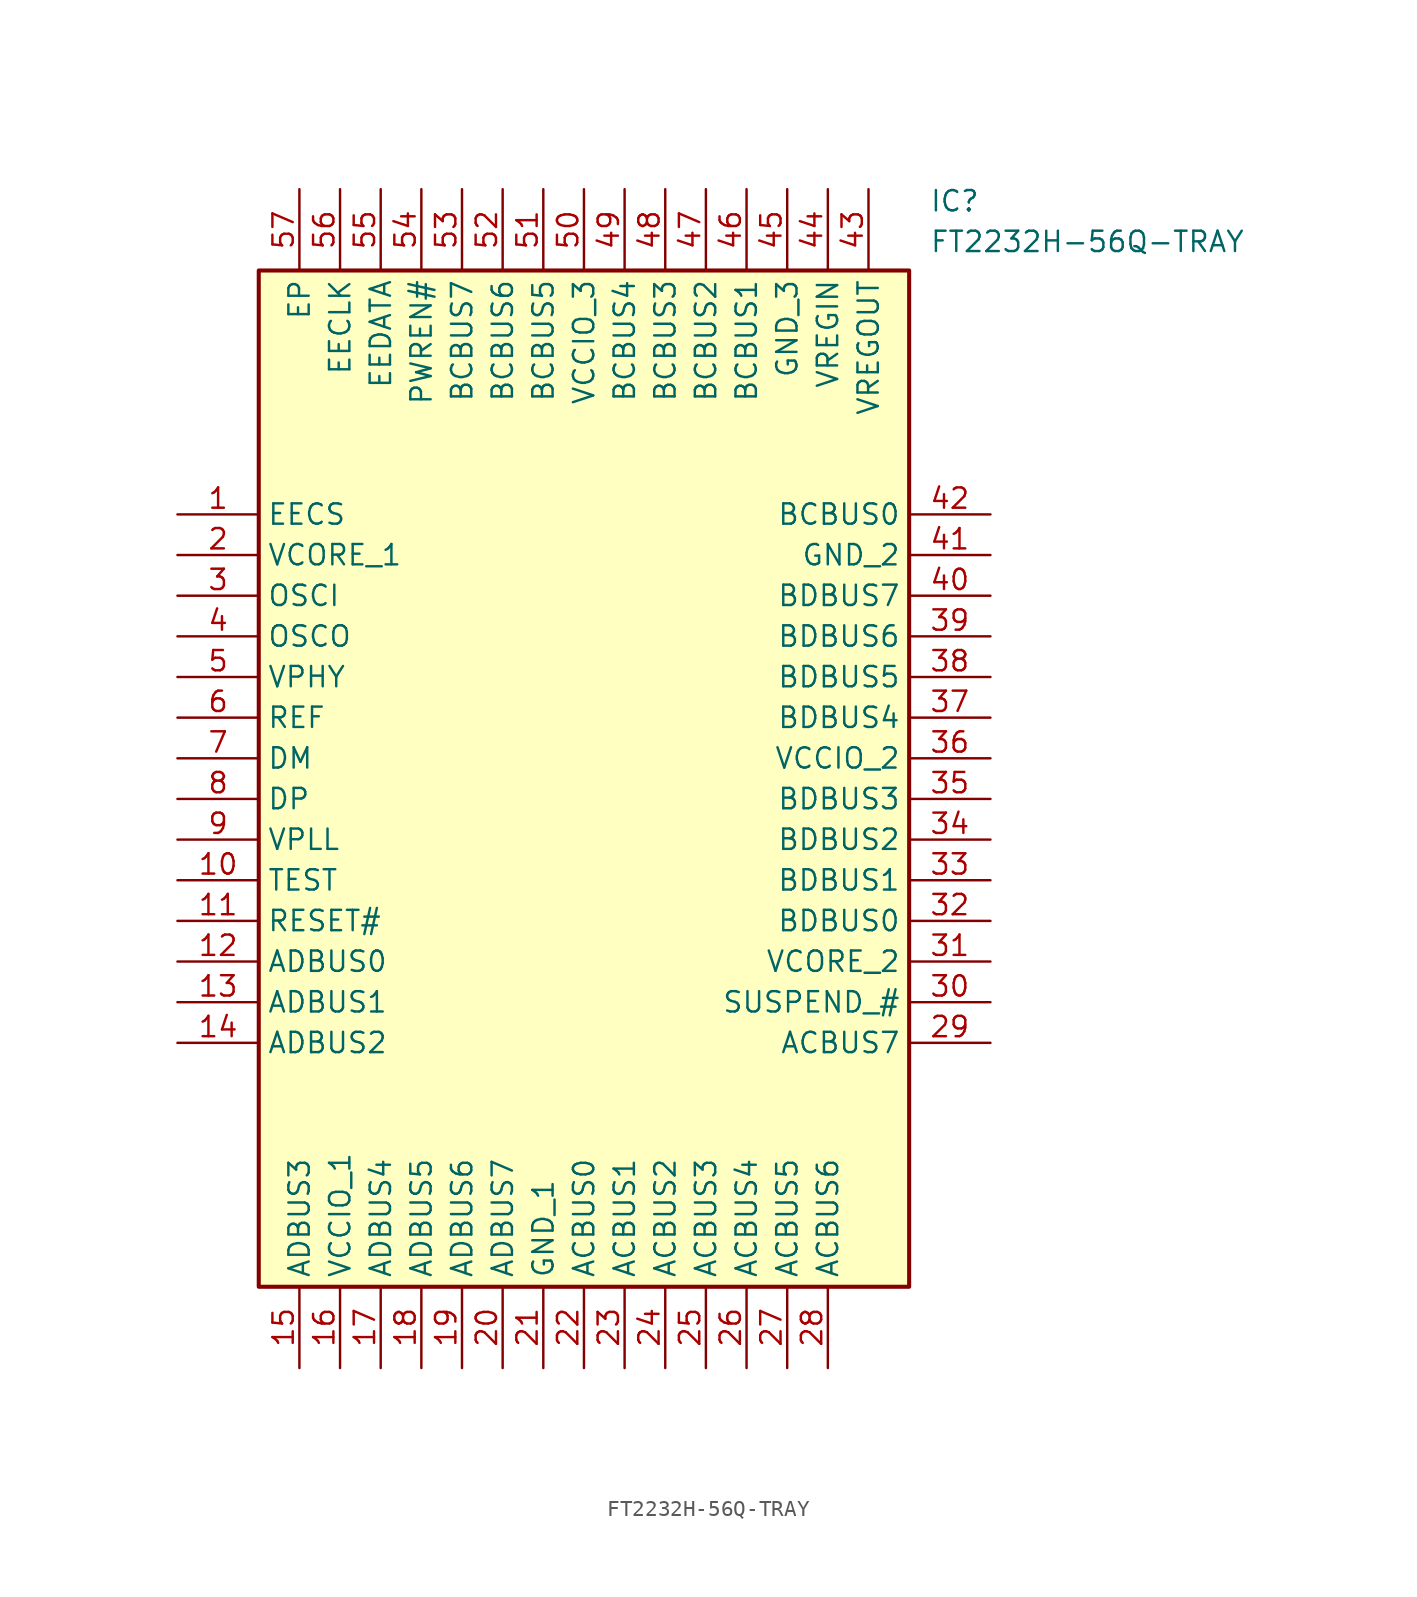
<source format=kicad_sym>
(kicad_symbol_lib
  (version 20211014)
  (generator SamacSys_ECAD_Model)
  (symbol "FT2232H-56Q-TRAY"
    (property "Reference" "IC"
      (at 46.99 20.32 0)
      (effects (font (size 1.27 1.27)) (justify left top)))
    (property "Value" "FT2232H-56Q-TRAY"
      (at 46.99 17.78 0)
      (effects (font (size 1.27 1.27)) (justify left top)))
    (rectangle
      (start 5.08 15.24)
      (end 45.72 -48.26)
      (stroke (width 0.254) (type default))
      (fill (type background)))
    (pin passive line
      (at 0 0 0)
      (length 5.08)
      (name "EECS" (effects (font (size 1.27 1.27))))
      (number "1" (effects (font (size 1.27 1.27)))))
    (pin passive line
      (at 0 -2.54 0)
      (length 5.08)
      (name "VCORE_1" (effects (font (size 1.27 1.27))))
      (number "2" (effects (font (size 1.27 1.27)))))
    (pin passive line
      (at 0 -5.08 0)
      (length 5.08)
      (name "OSCI" (effects (font (size 1.27 1.27))))
      (number "3" (effects (font (size 1.27 1.27)))))
    (pin passive line
      (at 0 -7.62 0)
      (length 5.08)
      (name "OSCO" (effects (font (size 1.27 1.27))))
      (number "4" (effects (font (size 1.27 1.27)))))
    (pin passive line
      (at 0 -10.16 0)
      (length 5.08)
      (name "VPHY" (effects (font (size 1.27 1.27))))
      (number "5" (effects (font (size 1.27 1.27)))))
    (pin passive line
      (at 0 -12.7 0)
      (length 5.08)
      (name "REF" (effects (font (size 1.27 1.27))))
      (number "6" (effects (font (size 1.27 1.27)))))
    (pin passive line
      (at 0 -15.24 0)
      (length 5.08)
      (name "DM" (effects (font (size 1.27 1.27))))
      (number "7" (effects (font (size 1.27 1.27)))))
    (pin passive line
      (at 0 -17.78 0)
      (length 5.08)
      (name "DP" (effects (font (size 1.27 1.27))))
      (number "8" (effects (font (size 1.27 1.27)))))
    (pin passive line
      (at 0 -20.32 0)
      (length 5.08)
      (name "VPLL" (effects (font (size 1.27 1.27))))
      (number "9" (effects (font (size 1.27 1.27)))))
    (pin passive line
      (at 0 -22.86 0)
      (length 5.08)
      (name "TEST" (effects (font (size 1.27 1.27))))
      (number "10" (effects (font (size 1.27 1.27)))))
    (pin passive line
      (at 0 -25.4 0)
      (length 5.08)
      (name "RESET#" (effects (font (size 1.27 1.27))))
      (number "11" (effects (font (size 1.27 1.27)))))
    (pin passive line
      (at 0 -27.94 0)
      (length 5.08)
      (name "ADBUS0" (effects (font (size 1.27 1.27))))
      (number "12" (effects (font (size 1.27 1.27)))))
    (pin passive line
      (at 0 -30.48 0)
      (length 5.08)
      (name "ADBUS1" (effects (font (size 1.27 1.27))))
      (number "13" (effects (font (size 1.27 1.27)))))
    (pin passive line
      (at 0 -33.02 0)
      (length 5.08)
      (name "ADBUS2" (effects (font (size 1.27 1.27))))
      (number "14" (effects (font (size 1.27 1.27)))))
    (pin passive line
      (at 7.62 -53.34 90)
      (length 5.08)
      (name "ADBUS3" (effects (font (size 1.27 1.27))))
      (number "15" (effects (font (size 1.27 1.27)))))
    (pin passive line
      (at 10.16 -53.34 90)
      (length 5.08)
      (name "VCCIO_1" (effects (font (size 1.27 1.27))))
      (number "16" (effects (font (size 1.27 1.27)))))
    (pin passive line
      (at 12.7 -53.34 90)
      (length 5.08)
      (name "ADBUS4" (effects (font (size 1.27 1.27))))
      (number "17" (effects (font (size 1.27 1.27)))))
    (pin passive line
      (at 15.24 -53.34 90)
      (length 5.08)
      (name "ADBUS5" (effects (font (size 1.27 1.27))))
      (number "18" (effects (font (size 1.27 1.27)))))
    (pin passive line
      (at 17.78 -53.34 90)
      (length 5.08)
      (name "ADBUS6" (effects (font (size 1.27 1.27))))
      (number "19" (effects (font (size 1.27 1.27)))))
    (pin passive line
      (at 20.32 -53.34 90)
      (length 5.08)
      (name "ADBUS7" (effects (font (size 1.27 1.27))))
      (number "20" (effects (font (size 1.27 1.27)))))
    (pin passive line
      (at 22.86 -53.34 90)
      (length 5.08)
      (name "GND_1" (effects (font (size 1.27 1.27))))
      (number "21" (effects (font (size 1.27 1.27)))))
    (pin passive line
      (at 25.4 -53.34 90)
      (length 5.08)
      (name "ACBUS0" (effects (font (size 1.27 1.27))))
      (number "22" (effects (font (size 1.27 1.27)))))
    (pin passive line
      (at 27.94 -53.34 90)
      (length 5.08)
      (name "ACBUS1" (effects (font (size 1.27 1.27))))
      (number "23" (effects (font (size 1.27 1.27)))))
    (pin passive line
      (at 30.48 -53.34 90)
      (length 5.08)
      (name "ACBUS2" (effects (font (size 1.27 1.27))))
      (number "24" (effects (font (size 1.27 1.27)))))
    (pin passive line
      (at 33.02 -53.34 90)
      (length 5.08)
      (name "ACBUS3" (effects (font (size 1.27 1.27))))
      (number "25" (effects (font (size 1.27 1.27)))))
    (pin passive line
      (at 35.56 -53.34 90)
      (length 5.08)
      (name "ACBUS4" (effects (font (size 1.27 1.27))))
      (number "26" (effects (font (size 1.27 1.27)))))
    (pin passive line
      (at 38.1 -53.34 90)
      (length 5.08)
      (name "ACBUS5" (effects (font (size 1.27 1.27))))
      (number "27" (effects (font (size 1.27 1.27)))))
    (pin passive line
      (at 40.64 -53.34 90)
      (length 5.08)
      (name "ACBUS6" (effects (font (size 1.27 1.27))))
      (number "28" (effects (font (size 1.27 1.27)))))
    (pin passive line
      (at 50.8 0 180)
      (length 5.08)
      (name "BCBUS0" (effects (font (size 1.27 1.27))))
      (number "42" (effects (font (size 1.27 1.27)))))
    (pin passive line
      (at 50.8 -2.54 180)
      (length 5.08)
      (name "GND_2" (effects (font (size 1.27 1.27))))
      (number "41" (effects (font (size 1.27 1.27)))))
    (pin passive line
      (at 50.8 -5.08 180)
      (length 5.08)
      (name "BDBUS7" (effects (font (size 1.27 1.27))))
      (number "40" (effects (font (size 1.27 1.27)))))
    (pin passive line
      (at 50.8 -7.62 180)
      (length 5.08)
      (name "BDBUS6" (effects (font (size 1.27 1.27))))
      (number "39" (effects (font (size 1.27 1.27)))))
    (pin passive line
      (at 50.8 -10.16 180)
      (length 5.08)
      (name "BDBUS5" (effects (font (size 1.27 1.27))))
      (number "38" (effects (font (size 1.27 1.27)))))
    (pin passive line
      (at 50.8 -12.7 180)
      (length 5.08)
      (name "BDBUS4" (effects (font (size 1.27 1.27))))
      (number "37" (effects (font (size 1.27 1.27)))))
    (pin passive line
      (at 50.8 -15.24 180)
      (length 5.08)
      (name "VCCIO_2" (effects (font (size 1.27 1.27))))
      (number "36" (effects (font (size 1.27 1.27)))))
    (pin passive line
      (at 50.8 -17.78 180)
      (length 5.08)
      (name "BDBUS3" (effects (font (size 1.27 1.27))))
      (number "35" (effects (font (size 1.27 1.27)))))
    (pin passive line
      (at 50.8 -20.32 180)
      (length 5.08)
      (name "BDBUS2" (effects (font (size 1.27 1.27))))
      (number "34" (effects (font (size 1.27 1.27)))))
    (pin passive line
      (at 50.8 -22.86 180)
      (length 5.08)
      (name "BDBUS1" (effects (font (size 1.27 1.27))))
      (number "33" (effects (font (size 1.27 1.27)))))
    (pin passive line
      (at 50.8 -25.4 180)
      (length 5.08)
      (name "BDBUS0" (effects (font (size 1.27 1.27))))
      (number "32" (effects (font (size 1.27 1.27)))))
    (pin passive line
      (at 50.8 -27.94 180)
      (length 5.08)
      (name "VCORE_2" (effects (font (size 1.27 1.27))))
      (number "31" (effects (font (size 1.27 1.27)))))
    (pin passive line
      (at 50.8 -30.48 180)
      (length 5.08)
      (name "SUSPEND_#" (effects (font (size 1.27 1.27))))
      (number "30" (effects (font (size 1.27 1.27)))))
    (pin passive line
      (at 50.8 -33.02 180)
      (length 5.08)
      (name "ACBUS7" (effects (font (size 1.27 1.27))))
      (number "29" (effects (font (size 1.27 1.27)))))
    (pin passive line
      (at 7.62 20.32 270)
      (length 5.08)
      (name "EP" (effects (font (size 1.27 1.27))))
      (number "57" (effects (font (size 1.27 1.27)))))
    (pin passive line
      (at 10.16 20.32 270)
      (length 5.08)
      (name "EECLK" (effects (font (size 1.27 1.27))))
      (number "56" (effects (font (size 1.27 1.27)))))
    (pin passive line
      (at 12.7 20.32 270)
      (length 5.08)
      (name "EEDATA" (effects (font (size 1.27 1.27))))
      (number "55" (effects (font (size 1.27 1.27)))))
    (pin passive line
      (at 15.24 20.32 270)
      (length 5.08)
      (name "PWREN#" (effects (font (size 1.27 1.27))))
      (number "54" (effects (font (size 1.27 1.27)))))
    (pin passive line
      (at 17.78 20.32 270)
      (length 5.08)
      (name "BCBUS7" (effects (font (size 1.27 1.27))))
      (number "53" (effects (font (size 1.27 1.27)))))
    (pin passive line
      (at 20.32 20.32 270)
      (length 5.08)
      (name "BCBUS6" (effects (font (size 1.27 1.27))))
      (number "52" (effects (font (size 1.27 1.27)))))
    (pin passive line
      (at 22.86 20.32 270)
      (length 5.08)
      (name "BCBUS5" (effects (font (size 1.27 1.27))))
      (number "51" (effects (font (size 1.27 1.27)))))
    (pin passive line
      (at 25.4 20.32 270)
      (length 5.08)
      (name "VCCIO_3" (effects (font (size 1.27 1.27))))
      (number "50" (effects (font (size 1.27 1.27)))))
    (pin passive line
      (at 27.94 20.32 270)
      (length 5.08)
      (name "BCBUS4" (effects (font (size 1.27 1.27))))
      (number "49" (effects (font (size 1.27 1.27)))))
    (pin passive line
      (at 30.48 20.32 270)
      (length 5.08)
      (name "BCBUS3" (effects (font (size 1.27 1.27))))
      (number "48" (effects (font (size 1.27 1.27)))))
    (pin passive line
      (at 33.02 20.32 270)
      (length 5.08)
      (name "BCBUS2" (effects (font (size 1.27 1.27))))
      (number "47" (effects (font (size 1.27 1.27)))))
    (pin passive line
      (at 35.56 20.32 270)
      (length 5.08)
      (name "BCBUS1" (effects (font (size 1.27 1.27))))
      (number "46" (effects (font (size 1.27 1.27)))))
    (pin passive line
      (at 38.1 20.32 270)
      (length 5.08)
      (name "GND_3" (effects (font (size 1.27 1.27))))
      (number "45" (effects (font (size 1.27 1.27)))))
    (pin passive line
      (at 40.64 20.32 270)
      (length 5.08)
      (name "VREGIN" (effects (font (size 1.27 1.27))))
      (number "44" (effects (font (size 1.27 1.27)))))
    (pin passive line
      (at 43.18 20.32 270)
      (length 5.08)
      (name "VREGOUT" (effects (font (size 1.27 1.27))))
      (number "43" (effects (font (size 1.27 1.27)))))))
</source>
